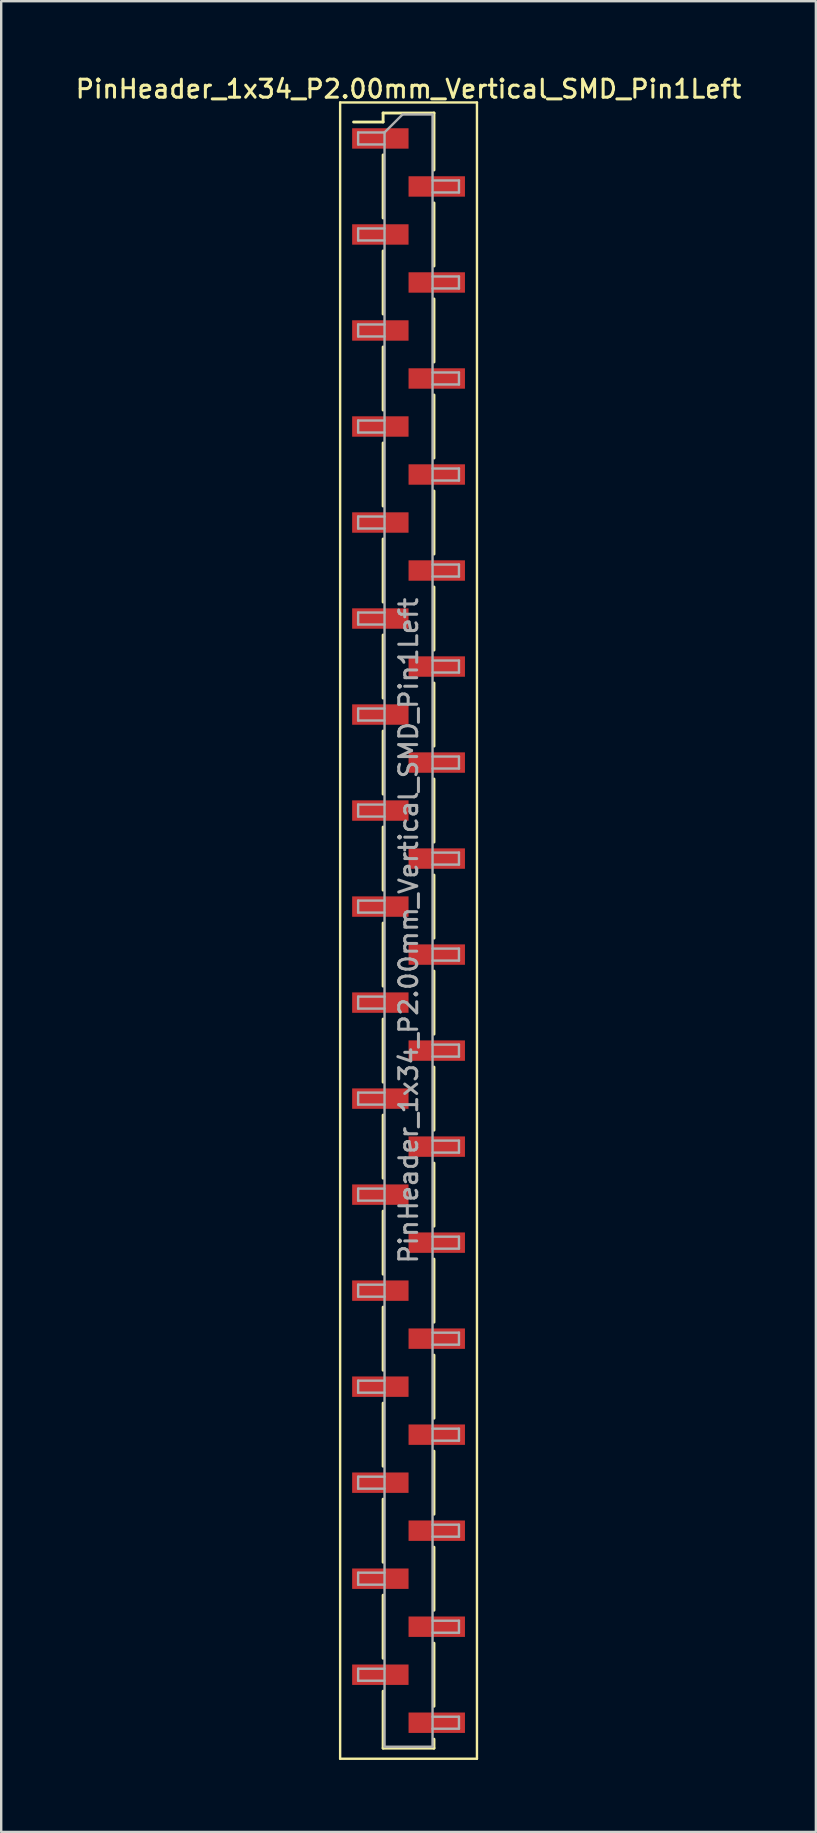
<source format=kicad_pcb>
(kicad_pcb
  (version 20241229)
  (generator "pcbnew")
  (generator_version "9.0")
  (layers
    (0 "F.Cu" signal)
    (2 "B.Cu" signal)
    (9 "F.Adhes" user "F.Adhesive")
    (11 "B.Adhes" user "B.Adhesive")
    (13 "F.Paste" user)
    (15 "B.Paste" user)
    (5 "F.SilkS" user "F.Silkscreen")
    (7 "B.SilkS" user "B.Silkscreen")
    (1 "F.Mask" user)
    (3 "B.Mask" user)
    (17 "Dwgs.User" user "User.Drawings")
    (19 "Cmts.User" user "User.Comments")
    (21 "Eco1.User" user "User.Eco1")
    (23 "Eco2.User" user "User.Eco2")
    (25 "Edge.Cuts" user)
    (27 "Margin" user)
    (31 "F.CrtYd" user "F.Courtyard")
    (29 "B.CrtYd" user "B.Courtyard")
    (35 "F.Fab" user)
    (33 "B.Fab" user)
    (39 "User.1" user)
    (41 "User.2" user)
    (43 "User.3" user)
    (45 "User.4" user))
  (footprint "PinHeader_1x34_P2.00mm_Vertical_SMD_Pin1Left"
    (layer "F.Cu")
    (at 13.97 35.718)
    (property "Reference" "PinHeader_1x34_P2.00mm_Vertical_SMD_Pin1Left" (at 0 -35.06 0) (layer "F.SilkS") (effects (font (size 0.75 0.75) (thickness 0.125))))
    (attr smd)
    (fp_line (start -2.85 -34.5) (end -2.85 34.5) (stroke (width 0.1) (type solid)) (layer "F.SilkS"))
    (fp_line (start -2.85 34.5) (end 2.85 34.5) (stroke (width 0.1) (type solid)) (layer "F.SilkS"))
    (fp_line (start -1.06 -34.06) (end -1.06 -33.685) (stroke (width 0.12) (type solid)) (layer "F.SilkS"))
    (fp_line (start -1.06 -34.06) (end 1.06 -34.06) (stroke (width 0.12) (type solid)) (layer "F.SilkS"))
    (fp_line (start -1.06 -33.685) (end -2.29 -33.685) (stroke (width 0.12) (type solid)) (layer "F.SilkS"))
    (fp_line (start -1.06 -32.315) (end -1.06 -29.685) (stroke (width 0.12) (type solid)) (layer "F.SilkS"))
    (fp_line (start -1.06 -28.315) (end -1.06 -25.685) (stroke (width 0.12) (type solid)) (layer "F.SilkS"))
    (fp_line (start -1.06 -24.315) (end -1.06 -21.685) (stroke (width 0.12) (type solid)) (layer "F.SilkS"))
    (fp_line (start -1.06 -20.315) (end -1.06 -17.685) (stroke (width 0.12) (type solid)) (layer "F.SilkS"))
    (fp_line (start -1.06 -16.315) (end -1.06 -13.685) (stroke (width 0.12) (type solid)) (layer "F.SilkS"))
    (fp_line (start -1.06 -12.315) (end -1.06 -9.685) (stroke (width 0.12) (type solid)) (layer "F.SilkS"))
    (fp_line (start -1.06 -8.315) (end -1.06 -5.685) (stroke (width 0.12) (type solid)) (layer "F.SilkS"))
    (fp_line (start -1.06 -4.315) (end -1.06 -1.685) (stroke (width 0.12) (type solid)) (layer "F.SilkS"))
    (fp_line (start -1.06 -0.315) (end -1.06 2.315) (stroke (width 0.12) (type solid)) (layer "F.SilkS"))
    (fp_line (start -1.06 3.685) (end -1.06 6.315) (stroke (width 0.12) (type solid)) (layer "F.SilkS"))
    (fp_line (start -1.06 7.685) (end -1.06 10.315) (stroke (width 0.12) (type solid)) (layer "F.SilkS"))
    (fp_line (start -1.06 11.685) (end -1.06 14.315) (stroke (width 0.12) (type solid)) (layer "F.SilkS"))
    (fp_line (start -1.06 15.685) (end -1.06 18.315) (stroke (width 0.12) (type solid)) (layer "F.SilkS"))
    (fp_line (start -1.06 19.685) (end -1.06 22.315) (stroke (width 0.12) (type solid)) (layer "F.SilkS"))
    (fp_line (start -1.06 23.685) (end -1.06 26.315) (stroke (width 0.12) (type solid)) (layer "F.SilkS"))
    (fp_line (start -1.06 27.685) (end -1.06 30.315) (stroke (width 0.12) (type solid)) (layer "F.SilkS"))
    (fp_line (start -1.06 31.685) (end -1.06 34.06) (stroke (width 0.12) (type solid)) (layer "F.SilkS"))
    (fp_line (start -1.06 34.06) (end 1.06 34.06) (stroke (width 0.12) (type solid)) (layer "F.SilkS"))
    (fp_line (start 1.06 -34.06) (end 1.06 -31.685) (stroke (width 0.12) (type solid)) (layer "F.SilkS"))
    (fp_line (start 1.06 -30.315) (end 1.06 -27.685) (stroke (width 0.12) (type solid)) (layer "F.SilkS"))
    (fp_line (start 1.06 -26.315) (end 1.06 -23.685) (stroke (width 0.12) (type solid)) (layer "F.SilkS"))
    (fp_line (start 1.06 -22.315) (end 1.06 -19.685) (stroke (width 0.12) (type solid)) (layer "F.SilkS"))
    (fp_line (start 1.06 -18.315) (end 1.06 -15.685) (stroke (width 0.12) (type solid)) (layer "F.SilkS"))
    (fp_line (start 1.06 -14.315) (end 1.06 -11.685) (stroke (width 0.12) (type solid)) (layer "F.SilkS"))
    (fp_line (start 1.06 -10.315) (end 1.06 -7.685) (stroke (width 0.12) (type solid)) (layer "F.SilkS"))
    (fp_line (start 1.06 -6.315) (end 1.06 -3.685) (stroke (width 0.12) (type solid)) (layer "F.SilkS"))
    (fp_line (start 1.06 -2.315) (end 1.06 0.315) (stroke (width 0.12) (type solid)) (layer "F.SilkS"))
    (fp_line (start 1.06 1.685) (end 1.06 4.315) (stroke (width 0.12) (type solid)) (layer "F.SilkS"))
    (fp_line (start 1.06 5.685) (end 1.06 8.315) (stroke (width 0.12) (type solid)) (layer "F.SilkS"))
    (fp_line (start 1.06 9.685) (end 1.06 12.315) (stroke (width 0.12) (type solid)) (layer "F.SilkS"))
    (fp_line (start 1.06 13.685) (end 1.06 16.315) (stroke (width 0.12) (type solid)) (layer "F.SilkS"))
    (fp_line (start 1.06 17.685) (end 1.06 20.315) (stroke (width 0.12) (type solid)) (layer "F.SilkS"))
    (fp_line (start 1.06 21.685) (end 1.06 24.315) (stroke (width 0.12) (type solid)) (layer "F.SilkS"))
    (fp_line (start 1.06 25.685) (end 1.06 28.315) (stroke (width 0.12) (type solid)) (layer "F.SilkS"))
    (fp_line (start 1.06 29.685) (end 1.06 32.315) (stroke (width 0.12) (type solid)) (layer "F.SilkS"))
    (fp_line (start 1.06 33.685) (end 1.06 34.06) (stroke (width 0.12) (type solid)) (layer "F.SilkS"))
    (fp_line (start 2.85 -34.5) (end -2.85 -34.5) (stroke (width 0.1) (type solid)) (layer "F.SilkS"))
    (fp_line (start 2.85 34.5) (end 2.85 -34.5) (stroke (width 0.1) (type solid)) (layer "F.SilkS"))
    (fp_line (start -2.1 -33.25) (end -2.1 -32.75) (stroke (width 0.1) (type solid)) (layer "F.Fab"))
    (fp_line (start -2.1 -32.75) (end -1 -32.75) (stroke (width 0.1) (type solid)) (layer "F.Fab"))
    (fp_line (start -2.1 -29.25) (end -2.1 -28.75) (stroke (width 0.1) (type solid)) (layer "F.Fab"))
    (fp_line (start -2.1 -28.75) (end -1 -28.75) (stroke (width 0.1) (type solid)) (layer "F.Fab"))
    (fp_line (start -2.1 -25.25) (end -2.1 -24.75) (stroke (width 0.1) (type solid)) (layer "F.Fab"))
    (fp_line (start -2.1 -24.75) (end -1 -24.75) (stroke (width 0.1) (type solid)) (layer "F.Fab"))
    (fp_line (start -2.1 -21.25) (end -2.1 -20.75) (stroke (width 0.1) (type solid)) (layer "F.Fab"))
    (fp_line (start -2.1 -20.75) (end -1 -20.75) (stroke (width 0.1) (type solid)) (layer "F.Fab"))
    (fp_line (start -2.1 -17.25) (end -2.1 -16.75) (stroke (width 0.1) (type solid)) (layer "F.Fab"))
    (fp_line (start -2.1 -16.75) (end -1 -16.75) (stroke (width 0.1) (type solid)) (layer "F.Fab"))
    (fp_line (start -2.1 -13.25) (end -2.1 -12.75) (stroke (width 0.1) (type solid)) (layer "F.Fab"))
    (fp_line (start -2.1 -12.75) (end -1 -12.75) (stroke (width 0.1) (type solid)) (layer "F.Fab"))
    (fp_line (start -2.1 -9.25) (end -2.1 -8.75) (stroke (width 0.1) (type solid)) (layer "F.Fab"))
    (fp_line (start -2.1 -8.75) (end -1 -8.75) (stroke (width 0.1) (type solid)) (layer "F.Fab"))
    (fp_line (start -2.1 -5.25) (end -2.1 -4.75) (stroke (width 0.1) (type solid)) (layer "F.Fab"))
    (fp_line (start -2.1 -4.75) (end -1 -4.75) (stroke (width 0.1) (type solid)) (layer "F.Fab"))
    (fp_line (start -2.1 -1.25) (end -2.1 -0.75) (stroke (width 0.1) (type solid)) (layer "F.Fab"))
    (fp_line (start -2.1 -0.75) (end -1 -0.75) (stroke (width 0.1) (type solid)) (layer "F.Fab"))
    (fp_line (start -2.1 2.75) (end -2.1 3.25) (stroke (width 0.1) (type solid)) (layer "F.Fab"))
    (fp_line (start -2.1 3.25) (end -1 3.25) (stroke (width 0.1) (type solid)) (layer "F.Fab"))
    (fp_line (start -2.1 6.75) (end -2.1 7.25) (stroke (width 0.1) (type solid)) (layer "F.Fab"))
    (fp_line (start -2.1 7.25) (end -1 7.25) (stroke (width 0.1) (type solid)) (layer "F.Fab"))
    (fp_line (start -2.1 10.75) (end -2.1 11.25) (stroke (width 0.1) (type solid)) (layer "F.Fab"))
    (fp_line (start -2.1 11.25) (end -1 11.25) (stroke (width 0.1) (type solid)) (layer "F.Fab"))
    (fp_line (start -2.1 14.75) (end -2.1 15.25) (stroke (width 0.1) (type solid)) (layer "F.Fab"))
    (fp_line (start -2.1 15.25) (end -1 15.25) (stroke (width 0.1) (type solid)) (layer "F.Fab"))
    (fp_line (start -2.1 18.75) (end -2.1 19.25) (stroke (width 0.1) (type solid)) (layer "F.Fab"))
    (fp_line (start -2.1 19.25) (end -1 19.25) (stroke (width 0.1) (type solid)) (layer "F.Fab"))
    (fp_line (start -2.1 22.75) (end -2.1 23.25) (stroke (width 0.1) (type solid)) (layer "F.Fab"))
    (fp_line (start -2.1 23.25) (end -1 23.25) (stroke (width 0.1) (type solid)) (layer "F.Fab"))
    (fp_line (start -2.1 26.75) (end -2.1 27.25) (stroke (width 0.1) (type solid)) (layer "F.Fab"))
    (fp_line (start -2.1 27.25) (end -1 27.25) (stroke (width 0.1) (type solid)) (layer "F.Fab"))
    (fp_line (start -2.1 30.75) (end -2.1 31.25) (stroke (width 0.1) (type solid)) (layer "F.Fab"))
    (fp_line (start -2.1 31.25) (end -1 31.25) (stroke (width 0.1) (type solid)) (layer "F.Fab"))
    (fp_line (start -1 -33.25) (end -2.1 -33.25) (stroke (width 0.1) (type solid)) (layer "F.Fab"))
    (fp_line (start -1 -33.25) (end -0.25 -34) (stroke (width 0.1) (type solid)) (layer "F.Fab"))
    (fp_line (start -1 -29.25) (end -2.1 -29.25) (stroke (width 0.1) (type solid)) (layer "F.Fab"))
    (fp_line (start -1 -25.25) (end -2.1 -25.25) (stroke (width 0.1) (type solid)) (layer "F.Fab"))
    (fp_line (start -1 -21.25) (end -2.1 -21.25) (stroke (width 0.1) (type solid)) (layer "F.Fab"))
    (fp_line (start -1 -17.25) (end -2.1 -17.25) (stroke (width 0.1) (type solid)) (layer "F.Fab"))
    (fp_line (start -1 -13.25) (end -2.1 -13.25) (stroke (width 0.1) (type solid)) (layer "F.Fab"))
    (fp_line (start -1 -9.25) (end -2.1 -9.25) (stroke (width 0.1) (type solid)) (layer "F.Fab"))
    (fp_line (start -1 -5.25) (end -2.1 -5.25) (stroke (width 0.1) (type solid)) (layer "F.Fab"))
    (fp_line (start -1 -1.25) (end -2.1 -1.25) (stroke (width 0.1) (type solid)) (layer "F.Fab"))
    (fp_line (start -1 2.75) (end -2.1 2.75) (stroke (width 0.1) (type solid)) (layer "F.Fab"))
    (fp_line (start -1 6.75) (end -2.1 6.75) (stroke (width 0.1) (type solid)) (layer "F.Fab"))
    (fp_line (start -1 10.75) (end -2.1 10.75) (stroke (width 0.1) (type solid)) (layer "F.Fab"))
    (fp_line (start -1 14.75) (end -2.1 14.75) (stroke (width 0.1) (type solid)) (layer "F.Fab"))
    (fp_line (start -1 18.75) (end -2.1 18.75) (stroke (width 0.1) (type solid)) (layer "F.Fab"))
    (fp_line (start -1 22.75) (end -2.1 22.75) (stroke (width 0.1) (type solid)) (layer "F.Fab"))
    (fp_line (start -1 26.75) (end -2.1 26.75) (stroke (width 0.1) (type solid)) (layer "F.Fab"))
    (fp_line (start -1 30.75) (end -2.1 30.75) (stroke (width 0.1) (type solid)) (layer "F.Fab"))
    (fp_line (start -1 34) (end -1 -33.25) (stroke (width 0.1) (type solid)) (layer "F.Fab"))
    (fp_line (start -0.25 -34) (end 1 -34) (stroke (width 0.1) (type solid)) (layer "F.Fab"))
    (fp_line (start 1 -34) (end 1 34) (stroke (width 0.1) (type solid)) (layer "F.Fab"))
    (fp_line (start 1 -31.25) (end 2.1 -31.25) (stroke (width 0.1) (type solid)) (layer "F.Fab"))
    (fp_line (start 1 -27.25) (end 2.1 -27.25) (stroke (width 0.1) (type solid)) (layer "F.Fab"))
    (fp_line (start 1 -23.25) (end 2.1 -23.25) (stroke (width 0.1) (type solid)) (layer "F.Fab"))
    (fp_line (start 1 -19.25) (end 2.1 -19.25) (stroke (width 0.1) (type solid)) (layer "F.Fab"))
    (fp_line (start 1 -15.25) (end 2.1 -15.25) (stroke (width 0.1) (type solid)) (layer "F.Fab"))
    (fp_line (start 1 -11.25) (end 2.1 -11.25) (stroke (width 0.1) (type solid)) (layer "F.Fab"))
    (fp_line (start 1 -7.25) (end 2.1 -7.25) (stroke (width 0.1) (type solid)) (layer "F.Fab"))
    (fp_line (start 1 -3.25) (end 2.1 -3.25) (stroke (width 0.1) (type solid)) (layer "F.Fab"))
    (fp_line (start 1 0.75) (end 2.1 0.75) (stroke (width 0.1) (type solid)) (layer "F.Fab"))
    (fp_line (start 1 4.75) (end 2.1 4.75) (stroke (width 0.1) (type solid)) (layer "F.Fab"))
    (fp_line (start 1 8.75) (end 2.1 8.75) (stroke (width 0.1) (type solid)) (layer "F.Fab"))
    (fp_line (start 1 12.75) (end 2.1 12.75) (stroke (width 0.1) (type solid)) (layer "F.Fab"))
    (fp_line (start 1 16.75) (end 2.1 16.75) (stroke (width 0.1) (type solid)) (layer "F.Fab"))
    (fp_line (start 1 20.75) (end 2.1 20.75) (stroke (width 0.1) (type solid)) (layer "F.Fab"))
    (fp_line (start 1 24.75) (end 2.1 24.75) (stroke (width 0.1) (type solid)) (layer "F.Fab"))
    (fp_line (start 1 28.75) (end 2.1 28.75) (stroke (width 0.1) (type solid)) (layer "F.Fab"))
    (fp_line (start 1 32.75) (end 2.1 32.75) (stroke (width 0.1) (type solid)) (layer "F.Fab"))
    (fp_line (start 1 34) (end -1 34) (stroke (width 0.1) (type solid)) (layer "F.Fab"))
    (fp_line (start 2.1 -31.25) (end 2.1 -30.75) (stroke (width 0.1) (type solid)) (layer "F.Fab"))
    (fp_line (start 2.1 -30.75) (end 1 -30.75) (stroke (width 0.1) (type solid)) (layer "F.Fab"))
    (fp_line (start 2.1 -27.25) (end 2.1 -26.75) (stroke (width 0.1) (type solid)) (layer "F.Fab"))
    (fp_line (start 2.1 -26.75) (end 1 -26.75) (stroke (width 0.1) (type solid)) (layer "F.Fab"))
    (fp_line (start 2.1 -23.25) (end 2.1 -22.75) (stroke (width 0.1) (type solid)) (layer "F.Fab"))
    (fp_line (start 2.1 -22.75) (end 1 -22.75) (stroke (width 0.1) (type solid)) (layer "F.Fab"))
    (fp_line (start 2.1 -19.25) (end 2.1 -18.75) (stroke (width 0.1) (type solid)) (layer "F.Fab"))
    (fp_line (start 2.1 -18.75) (end 1 -18.75) (stroke (width 0.1) (type solid)) (layer "F.Fab"))
    (fp_line (start 2.1 -15.25) (end 2.1 -14.75) (stroke (width 0.1) (type solid)) (layer "F.Fab"))
    (fp_line (start 2.1 -14.75) (end 1 -14.75) (stroke (width 0.1) (type solid)) (layer "F.Fab"))
    (fp_line (start 2.1 -11.25) (end 2.1 -10.75) (stroke (width 0.1) (type solid)) (layer "F.Fab"))
    (fp_line (start 2.1 -10.75) (end 1 -10.75) (stroke (width 0.1) (type solid)) (layer "F.Fab"))
    (fp_line (start 2.1 -7.25) (end 2.1 -6.75) (stroke (width 0.1) (type solid)) (layer "F.Fab"))
    (fp_line (start 2.1 -6.75) (end 1 -6.75) (stroke (width 0.1) (type solid)) (layer "F.Fab"))
    (fp_line (start 2.1 -3.25) (end 2.1 -2.75) (stroke (width 0.1) (type solid)) (layer "F.Fab"))
    (fp_line (start 2.1 -2.75) (end 1 -2.75) (stroke (width 0.1) (type solid)) (layer "F.Fab"))
    (fp_line (start 2.1 0.75) (end 2.1 1.25) (stroke (width 0.1) (type solid)) (layer "F.Fab"))
    (fp_line (start 2.1 1.25) (end 1 1.25) (stroke (width 0.1) (type solid)) (layer "F.Fab"))
    (fp_line (start 2.1 4.75) (end 2.1 5.25) (stroke (width 0.1) (type solid)) (layer "F.Fab"))
    (fp_line (start 2.1 5.25) (end 1 5.25) (stroke (width 0.1) (type solid)) (layer "F.Fab"))
    (fp_line (start 2.1 8.75) (end 2.1 9.25) (stroke (width 0.1) (type solid)) (layer "F.Fab"))
    (fp_line (start 2.1 9.25) (end 1 9.25) (stroke (width 0.1) (type solid)) (layer "F.Fab"))
    (fp_line (start 2.1 12.75) (end 2.1 13.25) (stroke (width 0.1) (type solid)) (layer "F.Fab"))
    (fp_line (start 2.1 13.25) (end 1 13.25) (stroke (width 0.1) (type solid)) (layer "F.Fab"))
    (fp_line (start 2.1 16.75) (end 2.1 17.25) (stroke (width 0.1) (type solid)) (layer "F.Fab"))
    (fp_line (start 2.1 17.25) (end 1 17.25) (stroke (width 0.1) (type solid)) (layer "F.Fab"))
    (fp_line (start 2.1 20.75) (end 2.1 21.25) (stroke (width 0.1) (type solid)) (layer "F.Fab"))
    (fp_line (start 2.1 21.25) (end 1 21.25) (stroke (width 0.1) (type solid)) (layer "F.Fab"))
    (fp_line (start 2.1 24.75) (end 2.1 25.25) (stroke (width 0.1) (type solid)) (layer "F.Fab"))
    (fp_line (start 2.1 25.25) (end 1 25.25) (stroke (width 0.1) (type solid)) (layer "F.Fab"))
    (fp_line (start 2.1 28.75) (end 2.1 29.25) (stroke (width 0.1) (type solid)) (layer "F.Fab"))
    (fp_line (start 2.1 29.25) (end 1 29.25) (stroke (width 0.1) (type solid)) (layer "F.Fab"))
    (fp_line (start 2.1 32.75) (end 2.1 33.25) (stroke (width 0.1) (type solid)) (layer "F.Fab"))
    (fp_line (start 2.1 33.25) (end 1 33.25) (stroke (width 0.1) (type solid)) (layer "F.Fab"))
    (fp_text user "${REFERENCE}" (at 0 0 90) (layer "F.Fab") (effects (font (size 0.75 0.75) (thickness 0.125))))
    (pad "1" smd rect (at -1.175 -33) (size 2.35 0.85) (layers "F.Cu" "F.Mask" "F.Paste"))
    (pad "2" smd rect (at 1.175 -31) (size 2.35 0.85) (layers "F.Cu" "F.Mask" "F.Paste"))
    (pad "3" smd rect (at -1.175 -29) (size 2.35 0.85) (layers "F.Cu" "F.Mask" "F.Paste"))
    (pad "4" smd rect (at 1.175 -27) (size 2.35 0.85) (layers "F.Cu" "F.Mask" "F.Paste"))
    (pad "5" smd rect (at -1.175 -25) (size 2.35 0.85) (layers "F.Cu" "F.Mask" "F.Paste"))
    (pad "6" smd rect (at 1.175 -23) (size 2.35 0.85) (layers "F.Cu" "F.Mask" "F.Paste"))
    (pad "7" smd rect (at -1.175 -21) (size 2.35 0.85) (layers "F.Cu" "F.Mask" "F.Paste"))
    (pad "8" smd rect (at 1.175 -19) (size 2.35 0.85) (layers "F.Cu" "F.Mask" "F.Paste"))
    (pad "9" smd rect (at -1.175 -17) (size 2.35 0.85) (layers "F.Cu" "F.Mask" "F.Paste"))
    (pad "10" smd rect (at 1.175 -15) (size 2.35 0.85) (layers "F.Cu" "F.Mask" "F.Paste"))
    (pad "11" smd rect (at -1.175 -13) (size 2.35 0.85) (layers "F.Cu" "F.Mask" "F.Paste"))
    (pad "12" smd rect (at 1.175 -11) (size 2.35 0.85) (layers "F.Cu" "F.Mask" "F.Paste"))
    (pad "13" smd rect (at -1.175 -9) (size 2.35 0.85) (layers "F.Cu" "F.Mask" "F.Paste"))
    (pad "14" smd rect (at 1.175 -7) (size 2.35 0.85) (layers "F.Cu" "F.Mask" "F.Paste"))
    (pad "15" smd rect (at -1.175 -5) (size 2.35 0.85) (layers "F.Cu" "F.Mask" "F.Paste"))
    (pad "16" smd rect (at 1.175 -3) (size 2.35 0.85) (layers "F.Cu" "F.Mask" "F.Paste"))
    (pad "17" smd rect (at -1.175 -1) (size 2.35 0.85) (layers "F.Cu" "F.Mask" "F.Paste"))
    (pad "18" smd rect (at 1.175 1) (size 2.35 0.85) (layers "F.Cu" "F.Mask" "F.Paste"))
    (pad "19" smd rect (at -1.175 3) (size 2.35 0.85) (layers "F.Cu" "F.Mask" "F.Paste"))
    (pad "20" smd rect (at 1.175 5) (size 2.35 0.85) (layers "F.Cu" "F.Mask" "F.Paste"))
    (pad "21" smd rect (at -1.175 7) (size 2.35 0.85) (layers "F.Cu" "F.Mask" "F.Paste"))
    (pad "22" smd rect (at 1.175 9) (size 2.35 0.85) (layers "F.Cu" "F.Mask" "F.Paste"))
    (pad "23" smd rect (at -1.175 11) (size 2.35 0.85) (layers "F.Cu" "F.Mask" "F.Paste"))
    (pad "24" smd rect (at 1.175 13) (size 2.35 0.85) (layers "F.Cu" "F.Mask" "F.Paste"))
    (pad "25" smd rect (at -1.175 15) (size 2.35 0.85) (layers "F.Cu" "F.Mask" "F.Paste"))
    (pad "26" smd rect (at 1.175 17) (size 2.35 0.85) (layers "F.Cu" "F.Mask" "F.Paste"))
    (pad "27" smd rect (at -1.175 19) (size 2.35 0.85) (layers "F.Cu" "F.Mask" "F.Paste"))
    (pad "28" smd rect (at 1.175 21) (size 2.35 0.85) (layers "F.Cu" "F.Mask" "F.Paste"))
    (pad "29" smd rect (at -1.175 23) (size 2.35 0.85) (layers "F.Cu" "F.Mask" "F.Paste"))
    (pad "30" smd rect (at 1.175 25) (size 2.35 0.85) (layers "F.Cu" "F.Mask" "F.Paste"))
    (pad "31" smd rect (at -1.175 27) (size 2.35 0.85) (layers "F.Cu" "F.Mask" "F.Paste"))
    (pad "32" smd rect (at 1.175 29) (size 2.35 0.85) (layers "F.Cu" "F.Mask" "F.Paste"))
    (pad "33" smd rect (at -1.175 31) (size 2.35 0.85) (layers "F.Cu" "F.Mask" "F.Paste"))
    (pad "34" smd rect (at 1.175 33) (size 2.35 0.85) (layers "F.Cu" "F.Mask" "F.Paste")))
  (gr_rect
    (start -3 -3)
    (end 30.939 73.268)
    (stroke (width 0.1) (type default))
    (fill no)
    (layer "Edge.Cuts")))
</source>
